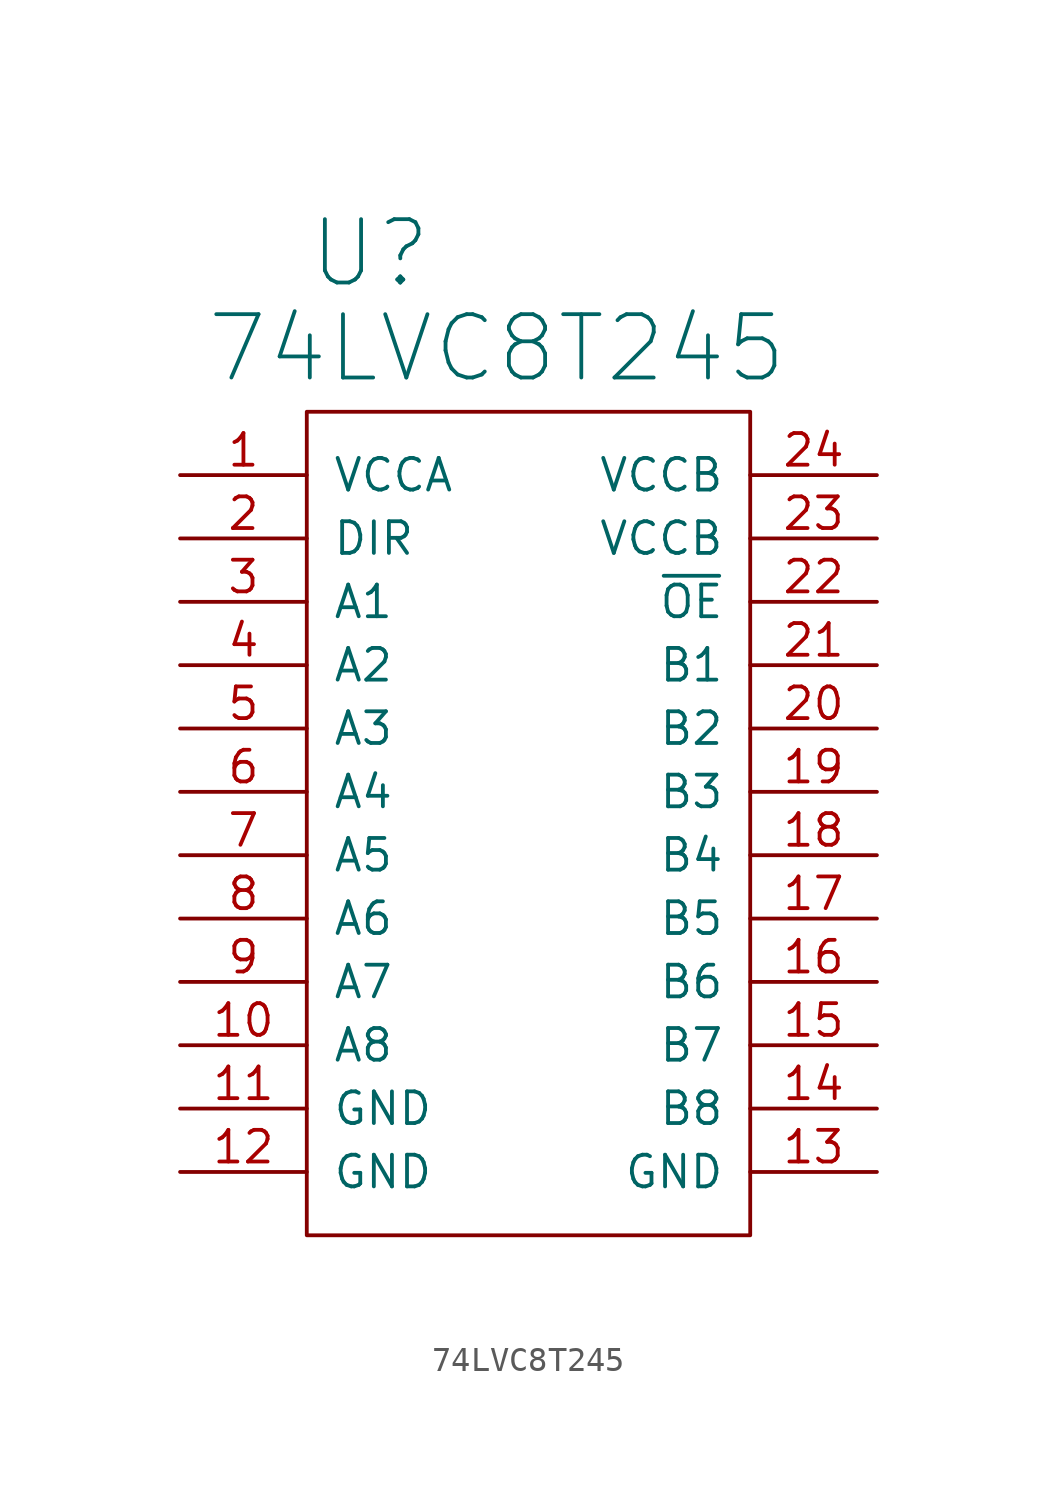
<source format=kicad_sym>
(kicad_symbol_lib
  (version 20211014)
  (generator kicad_symbol_editor)
  (symbol "74LVC8T245"
    (pin_names
      (offset 1.016))
    (property "Reference" "U"
      (at -6.35 22.86 0)
      (effects (font (size 2.54 2.54))))
    (property "Value" "74LVC8T245"
      (at -1.27 19.05 0)
      (effects (font (size 2.54 2.54))))
    (property "Datasheet" ""
      (at 5.08 -6.35 0)
      (effects (font (size 2.54 2.54))))
    (symbol "74LVC8T245_0_1"
      (rectangle (start -8.89 16.51) (end 8.89 -16.51) (stroke (width 0) (type default) (color 0 0 0 0)) (fill (type none))))
    (symbol "74LVC8T245_1_1"
      (pin power_in line (at -13.97 13.97 0) (length 5.08) (name "VCCA" (effects (font (size 1.27 1.27)))) (number "1" (effects (font (size 1.27 1.27)))))
      (pin bidirectional line (at -13.97 -8.89 0) (length 5.08) (name "A8" (effects (font (size 1.27 1.27)))) (number "10" (effects (font (size 1.27 1.27)))))
      (pin passive line (at -13.97 -11.43 0) (length 5.08) (name "GND" (effects (font (size 1.27 1.27)))) (number "11" (effects (font (size 1.27 1.27)))))
      (pin passive line (at -13.97 -13.97 0) (length 5.08) (name "GND" (effects (font (size 1.27 1.27)))) (number "12" (effects (font (size 1.27 1.27)))))
      (pin passive line (at 13.97 -13.97 180) (length 5.08) (name "GND" (effects (font (size 1.27 1.27)))) (number "13" (effects (font (size 1.27 1.27)))))
      (pin bidirectional line (at 13.97 -11.43 180) (length 5.08) (name "B8" (effects (font (size 1.27 1.27)))) (number "14" (effects (font (size 1.27 1.27)))))
      (pin bidirectional line (at 13.97 -8.89 180) (length 5.08) (name "B7" (effects (font (size 1.27 1.27)))) (number "15" (effects (font (size 1.27 1.27)))))
      (pin bidirectional line (at 13.97 -6.35 180) (length 5.08) (name "B6" (effects (font (size 1.27 1.27)))) (number "16" (effects (font (size 1.27 1.27)))))
      (pin bidirectional line (at 13.97 -3.81 180) (length 5.08) (name "B5" (effects (font (size 1.27 1.27)))) (number "17" (effects (font (size 1.27 1.27)))))
      (pin bidirectional line (at 13.97 -1.27 180) (length 5.08) (name "B4" (effects (font (size 1.27 1.27)))) (number "18" (effects (font (size 1.27 1.27)))))
      (pin bidirectional line (at 13.97 1.27 180) (length 5.08) (name "B3" (effects (font (size 1.27 1.27)))) (number "19" (effects (font (size 1.27 1.27)))))
      (pin input line (at -13.97 11.43 0) (length 5.08) (name "DIR" (effects (font (size 1.27 1.27)))) (number "2" (effects (font (size 1.27 1.27)))))
      (pin bidirectional line (at 13.97 3.81 180) (length 5.08) (name "B2" (effects (font (size 1.27 1.27)))) (number "20" (effects (font (size 1.27 1.27)))))
      (pin bidirectional line (at 13.97 6.35 180) (length 5.08) (name "B1" (effects (font (size 1.27 1.27)))) (number "21" (effects (font (size 1.27 1.27)))))
      (pin input line (at 13.97 8.89 180) (length 5.08) (name "~{OE}" (effects (font (size 1.27 1.27)))) (number "22" (effects (font (size 1.27 1.27)))))
      (pin power_in line (at 13.97 11.43 180) (length 5.08) (name "VCCB" (effects (font (size 1.27 1.27)))) (number "23" (effects (font (size 1.27 1.27)))))
      (pin power_in line (at 13.97 13.97 180) (length 5.08) (name "VCCB" (effects (font (size 1.27 1.27)))) (number "24" (effects (font (size 1.27 1.27)))))
      (pin bidirectional line (at -13.97 8.89 0) (length 5.08) (name "A1" (effects (font (size 1.27 1.27)))) (number "3" (effects (font (size 1.27 1.27)))))
      (pin bidirectional line (at -13.97 6.35 0) (length 5.08) (name "A2" (effects (font (size 1.27 1.27)))) (number "4" (effects (font (size 1.27 1.27)))))
      (pin bidirectional line (at -13.97 3.81 0) (length 5.08) (name "A3" (effects (font (size 1.27 1.27)))) (number "5" (effects (font (size 1.27 1.27)))))
      (pin bidirectional line (at -13.97 1.27 0) (length 5.08) (name "A4" (effects (font (size 1.27 1.27)))) (number "6" (effects (font (size 1.27 1.27)))))
      (pin bidirectional line (at -13.97 -1.27 0) (length 5.08) (name "A5" (effects (font (size 1.27 1.27)))) (number "7" (effects (font (size 1.27 1.27)))))
      (pin bidirectional line (at -13.97 -3.81 0) (length 5.08) (name "A6" (effects (font (size 1.27 1.27)))) (number "8" (effects (font (size 1.27 1.27)))))
      (pin bidirectional line (at -13.97 -6.35 0) (length 5.08) (name "A7" (effects (font (size 1.27 1.27)))) (number "9" (effects (font (size 1.27 1.27))))))))
</source>
